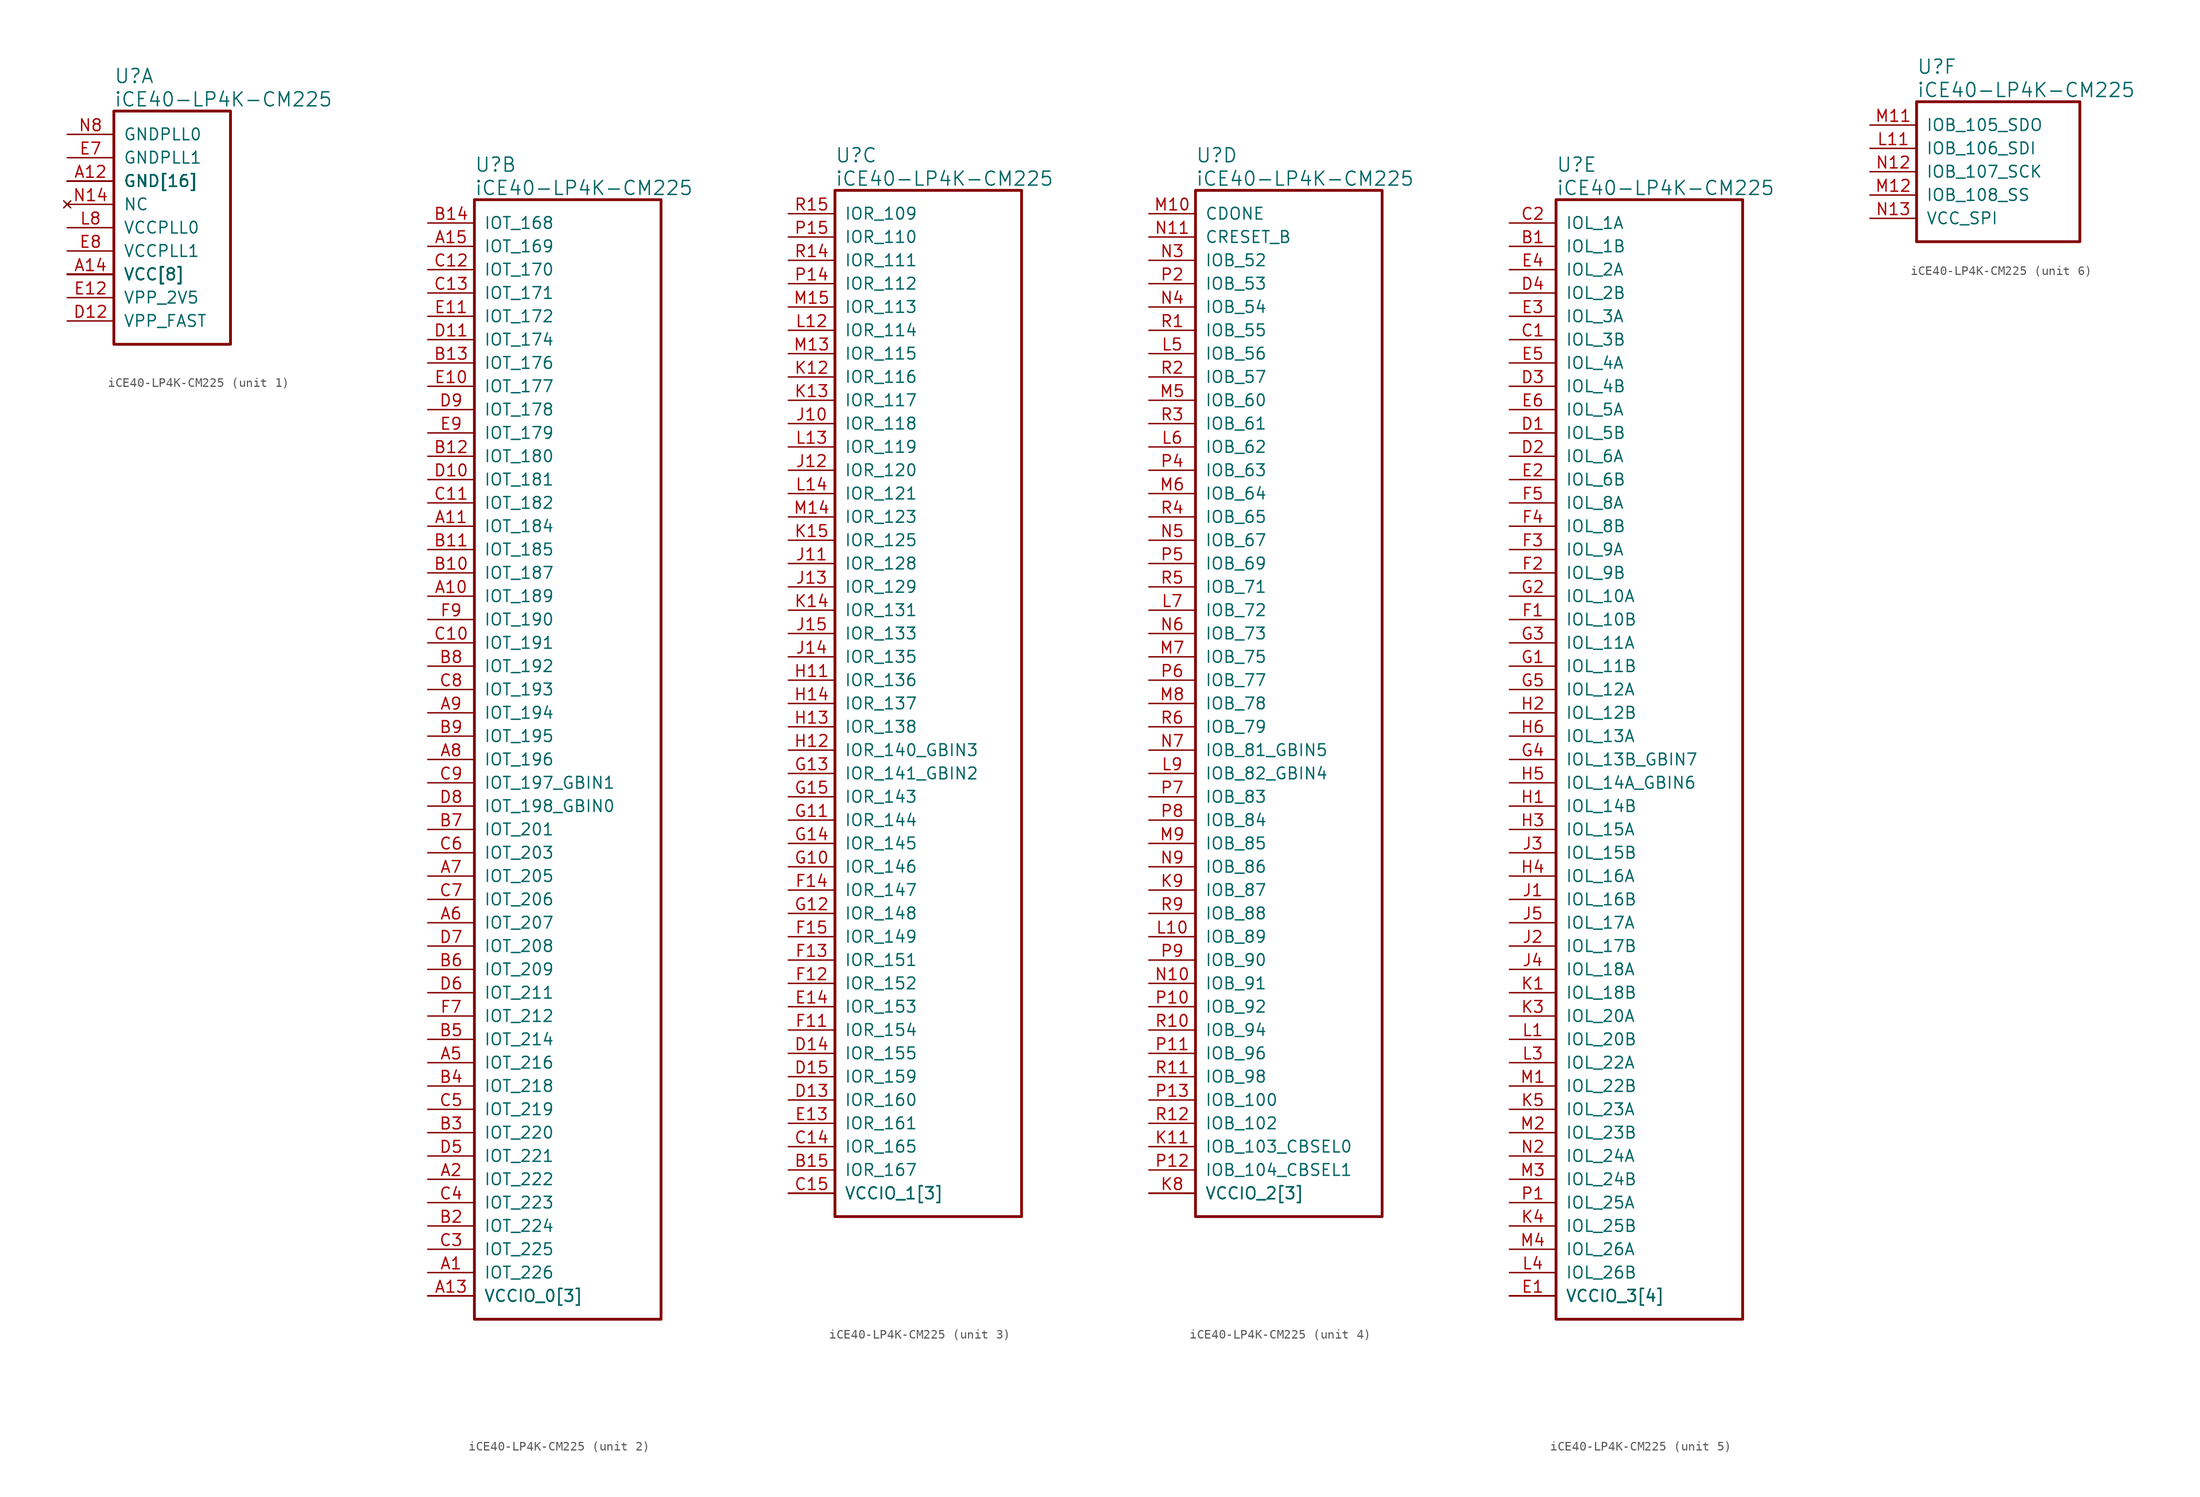
<source format=kicad_sym>
(kicad_symbol_lib
  (version 20241209)
  (generator "kicad_symbol_editor")
  (generator_version "9.0")
  (symbol "iCE40-LP4K-CM225"
    (pin_names
      (offset 1.016))
    (property "Reference" "U"
      (at 5.08 6.35 0)
      (effects (font (size 1.524 1.524)) (justify left)))
    (property "Value" "iCE40-LP4K-CM225"
      (at 5.08 3.81 0)
      (effects (font (size 1.524 1.524)) (justify left)))
    (property "ki_locked" ""
      (at 0 0 0)
      (effects (font (size 1.27 1.27))))
    (symbol "iCE40-LP4K-CM225_1_1"
      (rectangle (start 5.08 2.54) (end 17.78 -22.86) (stroke (width 0.305) (type solid)) (fill (type none)))
      (pin power_in line (at 0 0 0) (length 5.08) (name "GNDPLL0" (effects (font (size 1.27 1.27)))) (number "N8" (effects (font (size 1.27 1.27)))))
      (pin power_in line (at 0 -2.54 0) (length 5.08) (name "GNDPLL1" (effects (font (size 1.27 1.27)))) (number "E7" (effects (font (size 1.27 1.27)))))
      (pin power_in line (at 0 -5.08 0) (length 5.08) (name "GND[16]" (effects (font (size 1.27 1.27)))) (number "A12" (effects (font (size 1.27 1.27)))))
      (pin power_in line (at 0 -5.08 0) (length 5.08) (name "GND[16]" (effects (font (size 1.27 1.27)))) (number "A4" (effects (font (size 0 0)))))
      (pin power_in line (at 0 -5.08 0) (length 5.08) (name "GND[16]" (effects (font (size 1.27 1.27)))) (number "E15" (effects (font (size 0 0)))))
      (pin power_in line (at 0 -5.08 0) (length 5.08) (name "GND[16]" (effects (font (size 1.27 1.27)))) (number "G7" (effects (font (size 0 0)))))
      (pin power_in line (at 0 -5.08 0) (length 5.08) (name "GND[16]" (effects (font (size 1.27 1.27)))) (number "G8" (effects (font (size 0 0)))))
      (pin power_in line (at 0 -5.08 0) (length 5.08) (name "GND[16]" (effects (font (size 1.27 1.27)))) (number "G9" (effects (font (size 0 0)))))
      (pin power_in line (at 0 -5.08 0) (length 5.08) (name "GND[16]" (effects (font (size 1.27 1.27)))) (number "H7" (effects (font (size 0 0)))))
      (pin power_in line (at 0 -5.08 0) (length 5.08) (name "GND[16]" (effects (font (size 1.27 1.27)))) (number "H8" (effects (font (size 0 0)))))
      (pin power_in line (at 0 -5.08 0) (length 5.08) (name "GND[16]" (effects (font (size 1.27 1.27)))) (number "H9" (effects (font (size 0 0)))))
      (pin power_in line (at 0 -5.08 0) (length 5.08) (name "GND[16]" (effects (font (size 1.27 1.27)))) (number "J7" (effects (font (size 0 0)))))
      (pin power_in line (at 0 -5.08 0) (length 5.08) (name "GND[16]" (effects (font (size 1.27 1.27)))) (number "J8" (effects (font (size 0 0)))))
      (pin power_in line (at 0 -5.08 0) (length 5.08) (name "GND[16]" (effects (font (size 1.27 1.27)))) (number "J9" (effects (font (size 0 0)))))
      (pin power_in line (at 0 -5.08 0) (length 5.08) (name "GND[16]" (effects (font (size 1.27 1.27)))) (number "K2" (effects (font (size 0 0)))))
      (pin power_in line (at 0 -5.08 0) (length 5.08) (name "GND[16]" (effects (font (size 1.27 1.27)))) (number "K7" (effects (font (size 0 0)))))
      (pin power_in line (at 0 -5.08 0) (length 5.08) (name "GND[16]" (effects (font (size 1.27 1.27)))) (number "L15" (effects (font (size 0 0)))))
      (pin power_in line (at 0 -5.08 0) (length 5.08) (name "GND[16]" (effects (font (size 1.27 1.27)))) (number "R7" (effects (font (size 0 0)))))
      (pin no_connect line (at 0 -7.62 0) (length 5.08) (name "NC" (effects (font (size 1.27 1.27)))) (number "N14" (effects (font (size 1.27 1.27)))))
      (pin power_in line (at 0 -10.16 0) (length 5.08) (name "VCCPLL0" (effects (font (size 1.27 1.27)))) (number "L8" (effects (font (size 1.27 1.27)))))
      (pin power_in line (at 0 -12.7 0) (length 5.08) (name "VCCPLL1" (effects (font (size 1.27 1.27)))) (number "E8" (effects (font (size 1.27 1.27)))))
      (pin power_in line (at 0 -15.24 0) (length 5.08) (name "VCC[8]" (effects (font (size 1.27 1.27)))) (number "A14" (effects (font (size 1.27 1.27)))))
      (pin power_in line (at 0 -15.24 0) (length 5.08) (name "VCC[8]" (effects (font (size 1.27 1.27)))) (number "F10" (effects (font (size 0 0)))))
      (pin power_in line (at 0 -15.24 0) (length 5.08) (name "VCC[8]" (effects (font (size 1.27 1.27)))) (number "F6" (effects (font (size 0 0)))))
      (pin power_in line (at 0 -15.24 0) (length 5.08) (name "VCC[8]" (effects (font (size 1.27 1.27)))) (number "H15" (effects (font (size 0 0)))))
      (pin power_in line (at 0 -15.24 0) (length 5.08) (name "VCC[8]" (effects (font (size 1.27 1.27)))) (number "K10" (effects (font (size 0 0)))))
      (pin power_in line (at 0 -15.24 0) (length 5.08) (name "VCC[8]" (effects (font (size 1.27 1.27)))) (number "K6" (effects (font (size 0 0)))))
      (pin power_in line (at 0 -15.24 0) (length 5.08) (name "VCC[8]" (effects (font (size 1.27 1.27)))) (number "L2" (effects (font (size 0 0)))))
      (pin power_in line (at 0 -15.24 0) (length 5.08) (name "VCC[8]" (effects (font (size 1.27 1.27)))) (number "R8" (effects (font (size 0 0)))))
      (pin power_in line (at 0 -17.78 0) (length 5.08) (name "VPP_2V5" (effects (font (size 1.27 1.27)))) (number "E12" (effects (font (size 1.27 1.27)))))
      (pin power_in line (at 0 -20.32 0) (length 5.08) (name "VPP_FAST" (effects (font (size 1.27 1.27)))) (number "D12" (effects (font (size 1.27 1.27))))))
    (symbol "iCE40-LP4K-CM225_2_1"
      (rectangle (start 5.08 2.54) (end 25.4 -119.38) (stroke (width 0.305) (type solid)) (fill (type none)))
      (pin bidirectional line (at 0 0 0) (length 5.08) (name "IOT_168" (effects (font (size 1.27 1.27)))) (number "B14" (effects (font (size 1.27 1.27)))))
      (pin bidirectional line (at 0 -2.54 0) (length 5.08) (name "IOT_169" (effects (font (size 1.27 1.27)))) (number "A15" (effects (font (size 1.27 1.27)))))
      (pin bidirectional line (at 0 -5.08 0) (length 5.08) (name "IOT_170" (effects (font (size 1.27 1.27)))) (number "C12" (effects (font (size 1.27 1.27)))))
      (pin bidirectional line (at 0 -7.62 0) (length 5.08) (name "IOT_171" (effects (font (size 1.27 1.27)))) (number "C13" (effects (font (size 1.27 1.27)))))
      (pin bidirectional line (at 0 -10.16 0) (length 5.08) (name "IOT_172" (effects (font (size 1.27 1.27)))) (number "E11" (effects (font (size 1.27 1.27)))))
      (pin bidirectional line (at 0 -12.7 0) (length 5.08) (name "IOT_174" (effects (font (size 1.27 1.27)))) (number "D11" (effects (font (size 1.27 1.27)))))
      (pin bidirectional line (at 0 -15.24 0) (length 5.08) (name "IOT_176" (effects (font (size 1.27 1.27)))) (number "B13" (effects (font (size 1.27 1.27)))))
      (pin bidirectional line (at 0 -17.78 0) (length 5.08) (name "IOT_177" (effects (font (size 1.27 1.27)))) (number "E10" (effects (font (size 1.27 1.27)))))
      (pin bidirectional line (at 0 -20.32 0) (length 5.08) (name "IOT_178" (effects (font (size 1.27 1.27)))) (number "D9" (effects (font (size 1.27 1.27)))))
      (pin bidirectional line (at 0 -22.86 0) (length 5.08) (name "IOT_179" (effects (font (size 1.27 1.27)))) (number "E9" (effects (font (size 1.27 1.27)))))
      (pin bidirectional line (at 0 -25.4 0) (length 5.08) (name "IOT_180" (effects (font (size 1.27 1.27)))) (number "B12" (effects (font (size 1.27 1.27)))))
      (pin bidirectional line (at 0 -27.94 0) (length 5.08) (name "IOT_181" (effects (font (size 1.27 1.27)))) (number "D10" (effects (font (size 1.27 1.27)))))
      (pin bidirectional line (at 0 -30.48 0) (length 5.08) (name "IOT_182" (effects (font (size 1.27 1.27)))) (number "C11" (effects (font (size 1.27 1.27)))))
      (pin bidirectional line (at 0 -33.02 0) (length 5.08) (name "IOT_184" (effects (font (size 1.27 1.27)))) (number "A11" (effects (font (size 1.27 1.27)))))
      (pin bidirectional line (at 0 -35.56 0) (length 5.08) (name "IOT_185" (effects (font (size 1.27 1.27)))) (number "B11" (effects (font (size 1.27 1.27)))))
      (pin bidirectional line (at 0 -38.1 0) (length 5.08) (name "IOT_187" (effects (font (size 1.27 1.27)))) (number "B10" (effects (font (size 1.27 1.27)))))
      (pin bidirectional line (at 0 -40.64 0) (length 5.08) (name "IOT_189" (effects (font (size 1.27 1.27)))) (number "A10" (effects (font (size 1.27 1.27)))))
      (pin bidirectional line (at 0 -43.18 0) (length 5.08) (name "IOT_190" (effects (font (size 1.27 1.27)))) (number "F9" (effects (font (size 1.27 1.27)))))
      (pin bidirectional line (at 0 -45.72 0) (length 5.08) (name "IOT_191" (effects (font (size 1.27 1.27)))) (number "C10" (effects (font (size 1.27 1.27)))))
      (pin bidirectional line (at 0 -48.26 0) (length 5.08) (name "IOT_192" (effects (font (size 1.27 1.27)))) (number "B8" (effects (font (size 1.27 1.27)))))
      (pin bidirectional line (at 0 -50.8 0) (length 5.08) (name "IOT_193" (effects (font (size 1.27 1.27)))) (number "C8" (effects (font (size 1.27 1.27)))))
      (pin bidirectional line (at 0 -53.34 0) (length 5.08) (name "IOT_194" (effects (font (size 1.27 1.27)))) (number "A9" (effects (font (size 1.27 1.27)))))
      (pin bidirectional line (at 0 -55.88 0) (length 5.08) (name "IOT_195" (effects (font (size 1.27 1.27)))) (number "B9" (effects (font (size 1.27 1.27)))))
      (pin bidirectional line (at 0 -58.42 0) (length 5.08) (name "IOT_196" (effects (font (size 1.27 1.27)))) (number "A8" (effects (font (size 1.27 1.27)))))
      (pin bidirectional line (at 0 -60.96 0) (length 5.08) (name "IOT_197_GBIN1" (effects (font (size 1.27 1.27)))) (number "C9" (effects (font (size 1.27 1.27)))))
      (pin bidirectional line (at 0 -63.5 0) (length 5.08) (name "IOT_198_GBIN0" (effects (font (size 1.27 1.27)))) (number "D8" (effects (font (size 1.27 1.27)))))
      (pin bidirectional line (at 0 -66.04 0) (length 5.08) (name "IOT_201" (effects (font (size 1.27 1.27)))) (number "B7" (effects (font (size 1.27 1.27)))))
      (pin bidirectional line (at 0 -68.58 0) (length 5.08) (name "IOT_203" (effects (font (size 1.27 1.27)))) (number "C6" (effects (font (size 1.27 1.27)))))
      (pin bidirectional line (at 0 -71.12 0) (length 5.08) (name "IOT_205" (effects (font (size 1.27 1.27)))) (number "A7" (effects (font (size 1.27 1.27)))))
      (pin bidirectional line (at 0 -73.66 0) (length 5.08) (name "IOT_206" (effects (font (size 1.27 1.27)))) (number "C7" (effects (font (size 1.27 1.27)))))
      (pin bidirectional line (at 0 -76.2 0) (length 5.08) (name "IOT_207" (effects (font (size 1.27 1.27)))) (number "A6" (effects (font (size 1.27 1.27)))))
      (pin bidirectional line (at 0 -78.74 0) (length 5.08) (name "IOT_208" (effects (font (size 1.27 1.27)))) (number "D7" (effects (font (size 1.27 1.27)))))
      (pin bidirectional line (at 0 -81.28 0) (length 5.08) (name "IOT_209" (effects (font (size 1.27 1.27)))) (number "B6" (effects (font (size 1.27 1.27)))))
      (pin bidirectional line (at 0 -83.82 0) (length 5.08) (name "IOT_211" (effects (font (size 1.27 1.27)))) (number "D6" (effects (font (size 1.27 1.27)))))
      (pin bidirectional line (at 0 -86.36 0) (length 5.08) (name "IOT_212" (effects (font (size 1.27 1.27)))) (number "F7" (effects (font (size 1.27 1.27)))))
      (pin bidirectional line (at 0 -88.9 0) (length 5.08) (name "IOT_214" (effects (font (size 1.27 1.27)))) (number "B5" (effects (font (size 1.27 1.27)))))
      (pin bidirectional line (at 0 -91.44 0) (length 5.08) (name "IOT_216" (effects (font (size 1.27 1.27)))) (number "A5" (effects (font (size 1.27 1.27)))))
      (pin bidirectional line (at 0 -93.98 0) (length 5.08) (name "IOT_218" (effects (font (size 1.27 1.27)))) (number "B4" (effects (font (size 1.27 1.27)))))
      (pin bidirectional line (at 0 -96.52 0) (length 5.08) (name "IOT_219" (effects (font (size 1.27 1.27)))) (number "C5" (effects (font (size 1.27 1.27)))))
      (pin bidirectional line (at 0 -99.06 0) (length 5.08) (name "IOT_220" (effects (font (size 1.27 1.27)))) (number "B3" (effects (font (size 1.27 1.27)))))
      (pin bidirectional line (at 0 -101.6 0) (length 5.08) (name "IOT_221" (effects (font (size 1.27 1.27)))) (number "D5" (effects (font (size 1.27 1.27)))))
      (pin bidirectional line (at 0 -104.14 0) (length 5.08) (name "IOT_222" (effects (font (size 1.27 1.27)))) (number "A2" (effects (font (size 1.27 1.27)))))
      (pin bidirectional line (at 0 -106.68 0) (length 5.08) (name "IOT_223" (effects (font (size 1.27 1.27)))) (number "C4" (effects (font (size 1.27 1.27)))))
      (pin bidirectional line (at 0 -109.22 0) (length 5.08) (name "IOT_224" (effects (font (size 1.27 1.27)))) (number "B2" (effects (font (size 1.27 1.27)))))
      (pin bidirectional line (at 0 -111.76 0) (length 5.08) (name "IOT_225" (effects (font (size 1.27 1.27)))) (number "C3" (effects (font (size 1.27 1.27)))))
      (pin bidirectional line (at 0 -114.3 0) (length 5.08) (name "IOT_226" (effects (font (size 1.27 1.27)))) (number "A1" (effects (font (size 1.27 1.27)))))
      (pin power_in line (at 0 -116.84 0) (length 5.08) (name "VCCIO_0[3]" (effects (font (size 1.27 1.27)))) (number "A13" (effects (font (size 1.27 1.27)))))
      (pin power_in line (at 0 -116.84 0) (length 5.08) (name "VCCIO_0[3]" (effects (font (size 1.27 1.27)))) (number "A3" (effects (font (size 0 0)))))
      (pin power_in line (at 0 -116.84 0) (length 5.08) (name "VCCIO_0[3]" (effects (font (size 1.27 1.27)))) (number "F8" (effects (font (size 0 0))))))
    (symbol "iCE40-LP4K-CM225_3_1"
      (rectangle (start 5.08 2.54) (end 25.4 -109.22) (stroke (width 0.305) (type solid)) (fill (type none)))
      (pin bidirectional line (at 0 0 0) (length 5.08) (name "IOR_109" (effects (font (size 1.27 1.27)))) (number "R15" (effects (font (size 1.27 1.27)))))
      (pin bidirectional line (at 0 -2.54 0) (length 5.08) (name "IOR_110" (effects (font (size 1.27 1.27)))) (number "P15" (effects (font (size 1.27 1.27)))))
      (pin bidirectional line (at 0 -5.08 0) (length 5.08) (name "IOR_111" (effects (font (size 1.27 1.27)))) (number "R14" (effects (font (size 1.27 1.27)))))
      (pin bidirectional line (at 0 -7.62 0) (length 5.08) (name "IOR_112" (effects (font (size 1.27 1.27)))) (number "P14" (effects (font (size 1.27 1.27)))))
      (pin bidirectional line (at 0 -10.16 0) (length 5.08) (name "IOR_113" (effects (font (size 1.27 1.27)))) (number "M15" (effects (font (size 1.27 1.27)))))
      (pin bidirectional line (at 0 -12.7 0) (length 5.08) (name "IOR_114" (effects (font (size 1.27 1.27)))) (number "L12" (effects (font (size 1.27 1.27)))))
      (pin bidirectional line (at 0 -15.24 0) (length 5.08) (name "IOR_115" (effects (font (size 1.27 1.27)))) (number "M13" (effects (font (size 1.27 1.27)))))
      (pin bidirectional line (at 0 -17.78 0) (length 5.08) (name "IOR_116" (effects (font (size 1.27 1.27)))) (number "K12" (effects (font (size 1.27 1.27)))))
      (pin bidirectional line (at 0 -20.32 0) (length 5.08) (name "IOR_117" (effects (font (size 1.27 1.27)))) (number "K13" (effects (font (size 1.27 1.27)))))
      (pin bidirectional line (at 0 -22.86 0) (length 5.08) (name "IOR_118" (effects (font (size 1.27 1.27)))) (number "J10" (effects (font (size 1.27 1.27)))))
      (pin bidirectional line (at 0 -25.4 0) (length 5.08) (name "IOR_119" (effects (font (size 1.27 1.27)))) (number "L13" (effects (font (size 1.27 1.27)))))
      (pin bidirectional line (at 0 -27.94 0) (length 5.08) (name "IOR_120" (effects (font (size 1.27 1.27)))) (number "J12" (effects (font (size 1.27 1.27)))))
      (pin bidirectional line (at 0 -30.48 0) (length 5.08) (name "IOR_121" (effects (font (size 1.27 1.27)))) (number "L14" (effects (font (size 1.27 1.27)))))
      (pin bidirectional line (at 0 -33.02 0) (length 5.08) (name "IOR_123" (effects (font (size 1.27 1.27)))) (number "M14" (effects (font (size 1.27 1.27)))))
      (pin bidirectional line (at 0 -35.56 0) (length 5.08) (name "IOR_125" (effects (font (size 1.27 1.27)))) (number "K15" (effects (font (size 1.27 1.27)))))
      (pin bidirectional line (at 0 -38.1 0) (length 5.08) (name "IOR_128" (effects (font (size 1.27 1.27)))) (number "J11" (effects (font (size 1.27 1.27)))))
      (pin bidirectional line (at 0 -40.64 0) (length 5.08) (name "IOR_129" (effects (font (size 1.27 1.27)))) (number "J13" (effects (font (size 1.27 1.27)))))
      (pin bidirectional line (at 0 -43.18 0) (length 5.08) (name "IOR_131" (effects (font (size 1.27 1.27)))) (number "K14" (effects (font (size 1.27 1.27)))))
      (pin bidirectional line (at 0 -45.72 0) (length 5.08) (name "IOR_133" (effects (font (size 1.27 1.27)))) (number "J15" (effects (font (size 1.27 1.27)))))
      (pin bidirectional line (at 0 -48.26 0) (length 5.08) (name "IOR_135" (effects (font (size 1.27 1.27)))) (number "J14" (effects (font (size 1.27 1.27)))))
      (pin bidirectional line (at 0 -50.8 0) (length 5.08) (name "IOR_136" (effects (font (size 1.27 1.27)))) (number "H11" (effects (font (size 1.27 1.27)))))
      (pin bidirectional line (at 0 -53.34 0) (length 5.08) (name "IOR_137" (effects (font (size 1.27 1.27)))) (number "H14" (effects (font (size 1.27 1.27)))))
      (pin bidirectional line (at 0 -55.88 0) (length 5.08) (name "IOR_138" (effects (font (size 1.27 1.27)))) (number "H13" (effects (font (size 1.27 1.27)))))
      (pin bidirectional line (at 0 -58.42 0) (length 5.08) (name "IOR_140_GBIN3" (effects (font (size 1.27 1.27)))) (number "H12" (effects (font (size 1.27 1.27)))))
      (pin bidirectional line (at 0 -60.96 0) (length 5.08) (name "IOR_141_GBIN2" (effects (font (size 1.27 1.27)))) (number "G13" (effects (font (size 1.27 1.27)))))
      (pin bidirectional line (at 0 -63.5 0) (length 5.08) (name "IOR_143" (effects (font (size 1.27 1.27)))) (number "G15" (effects (font (size 1.27 1.27)))))
      (pin bidirectional line (at 0 -66.04 0) (length 5.08) (name "IOR_144" (effects (font (size 1.27 1.27)))) (number "G11" (effects (font (size 1.27 1.27)))))
      (pin bidirectional line (at 0 -68.58 0) (length 5.08) (name "IOR_145" (effects (font (size 1.27 1.27)))) (number "G14" (effects (font (size 1.27 1.27)))))
      (pin bidirectional line (at 0 -71.12 0) (length 5.08) (name "IOR_146" (effects (font (size 1.27 1.27)))) (number "G10" (effects (font (size 1.27 1.27)))))
      (pin bidirectional line (at 0 -73.66 0) (length 5.08) (name "IOR_147" (effects (font (size 1.27 1.27)))) (number "F14" (effects (font (size 1.27 1.27)))))
      (pin bidirectional line (at 0 -76.2 0) (length 5.08) (name "IOR_148" (effects (font (size 1.27 1.27)))) (number "G12" (effects (font (size 1.27 1.27)))))
      (pin bidirectional line (at 0 -78.74 0) (length 5.08) (name "IOR_149" (effects (font (size 1.27 1.27)))) (number "F15" (effects (font (size 1.27 1.27)))))
      (pin bidirectional line (at 0 -81.28 0) (length 5.08) (name "IOR_151" (effects (font (size 1.27 1.27)))) (number "F13" (effects (font (size 1.27 1.27)))))
      (pin bidirectional line (at 0 -83.82 0) (length 5.08) (name "IOR_152" (effects (font (size 1.27 1.27)))) (number "F12" (effects (font (size 1.27 1.27)))))
      (pin bidirectional line (at 0 -86.36 0) (length 5.08) (name "IOR_153" (effects (font (size 1.27 1.27)))) (number "E14" (effects (font (size 1.27 1.27)))))
      (pin bidirectional line (at 0 -88.9 0) (length 5.08) (name "IOR_154" (effects (font (size 1.27 1.27)))) (number "F11" (effects (font (size 1.27 1.27)))))
      (pin bidirectional line (at 0 -91.44 0) (length 5.08) (name "IOR_155" (effects (font (size 1.27 1.27)))) (number "D14" (effects (font (size 1.27 1.27)))))
      (pin bidirectional line (at 0 -93.98 0) (length 5.08) (name "IOR_159" (effects (font (size 1.27 1.27)))) (number "D15" (effects (font (size 1.27 1.27)))))
      (pin bidirectional line (at 0 -96.52 0) (length 5.08) (name "IOR_160" (effects (font (size 1.27 1.27)))) (number "D13" (effects (font (size 1.27 1.27)))))
      (pin bidirectional line (at 0 -99.06 0) (length 5.08) (name "IOR_161" (effects (font (size 1.27 1.27)))) (number "E13" (effects (font (size 1.27 1.27)))))
      (pin bidirectional line (at 0 -101.6 0) (length 5.08) (name "IOR_165" (effects (font (size 1.27 1.27)))) (number "C14" (effects (font (size 1.27 1.27)))))
      (pin bidirectional line (at 0 -104.14 0) (length 5.08) (name "IOR_167" (effects (font (size 1.27 1.27)))) (number "B15" (effects (font (size 1.27 1.27)))))
      (pin power_in line (at 0 -106.68 0) (length 5.08) (name "VCCIO_1[3]" (effects (font (size 1.27 1.27)))) (number "C15" (effects (font (size 1.27 1.27)))))
      (pin power_in line (at 0 -106.68 0) (length 5.08) (name "VCCIO_1[3]" (effects (font (size 1.27 1.27)))) (number "H10" (effects (font (size 0 0)))))
      (pin power_in line (at 0 -106.68 0) (length 5.08) (name "VCCIO_1[3]" (effects (font (size 1.27 1.27)))) (number "N15" (effects (font (size 0 0))))))
    (symbol "iCE40-LP4K-CM225_4_1"
      (rectangle (start 5.08 2.54) (end 25.4 -109.22) (stroke (width 0.305) (type solid)) (fill (type none)))
      (pin output line (at 0 0 0) (length 5.08) (name "CDONE" (effects (font (size 1.27 1.27)))) (number "M10" (effects (font (size 1.27 1.27)))))
      (pin input line (at 0 -2.54 0) (length 5.08) (name "CRESET_B" (effects (font (size 1.27 1.27)))) (number "N11" (effects (font (size 1.27 1.27)))))
      (pin bidirectional line (at 0 -5.08 0) (length 5.08) (name "IOB_52" (effects (font (size 1.27 1.27)))) (number "N3" (effects (font (size 1.27 1.27)))))
      (pin bidirectional line (at 0 -7.62 0) (length 5.08) (name "IOB_53" (effects (font (size 1.27 1.27)))) (number "P2" (effects (font (size 1.27 1.27)))))
      (pin bidirectional line (at 0 -10.16 0) (length 5.08) (name "IOB_54" (effects (font (size 1.27 1.27)))) (number "N4" (effects (font (size 1.27 1.27)))))
      (pin bidirectional line (at 0 -12.7 0) (length 5.08) (name "IOB_55" (effects (font (size 1.27 1.27)))) (number "R1" (effects (font (size 1.27 1.27)))))
      (pin bidirectional line (at 0 -15.24 0) (length 5.08) (name "IOB_56" (effects (font (size 1.27 1.27)))) (number "L5" (effects (font (size 1.27 1.27)))))
      (pin bidirectional line (at 0 -17.78 0) (length 5.08) (name "IOB_57" (effects (font (size 1.27 1.27)))) (number "R2" (effects (font (size 1.27 1.27)))))
      (pin bidirectional line (at 0 -20.32 0) (length 5.08) (name "IOB_60" (effects (font (size 1.27 1.27)))) (number "M5" (effects (font (size 1.27 1.27)))))
      (pin bidirectional line (at 0 -22.86 0) (length 5.08) (name "IOB_61" (effects (font (size 1.27 1.27)))) (number "R3" (effects (font (size 1.27 1.27)))))
      (pin bidirectional line (at 0 -25.4 0) (length 5.08) (name "IOB_62" (effects (font (size 1.27 1.27)))) (number "L6" (effects (font (size 1.27 1.27)))))
      (pin bidirectional line (at 0 -27.94 0) (length 5.08) (name "IOB_63" (effects (font (size 1.27 1.27)))) (number "P4" (effects (font (size 1.27 1.27)))))
      (pin bidirectional line (at 0 -30.48 0) (length 5.08) (name "IOB_64" (effects (font (size 1.27 1.27)))) (number "M6" (effects (font (size 1.27 1.27)))))
      (pin bidirectional line (at 0 -33.02 0) (length 5.08) (name "IOB_65" (effects (font (size 1.27 1.27)))) (number "R4" (effects (font (size 1.27 1.27)))))
      (pin bidirectional line (at 0 -35.56 0) (length 5.08) (name "IOB_67" (effects (font (size 1.27 1.27)))) (number "N5" (effects (font (size 1.27 1.27)))))
      (pin bidirectional line (at 0 -38.1 0) (length 5.08) (name "IOB_69" (effects (font (size 1.27 1.27)))) (number "P5" (effects (font (size 1.27 1.27)))))
      (pin bidirectional line (at 0 -40.64 0) (length 5.08) (name "IOB_71" (effects (font (size 1.27 1.27)))) (number "R5" (effects (font (size 1.27 1.27)))))
      (pin bidirectional line (at 0 -43.18 0) (length 5.08) (name "IOB_72" (effects (font (size 1.27 1.27)))) (number "L7" (effects (font (size 1.27 1.27)))))
      (pin bidirectional line (at 0 -45.72 0) (length 5.08) (name "IOB_73" (effects (font (size 1.27 1.27)))) (number "N6" (effects (font (size 1.27 1.27)))))
      (pin bidirectional line (at 0 -48.26 0) (length 5.08) (name "IOB_75" (effects (font (size 1.27 1.27)))) (number "M7" (effects (font (size 1.27 1.27)))))
      (pin bidirectional line (at 0 -50.8 0) (length 5.08) (name "IOB_77" (effects (font (size 1.27 1.27)))) (number "P6" (effects (font (size 1.27 1.27)))))
      (pin bidirectional line (at 0 -53.34 0) (length 5.08) (name "IOB_78" (effects (font (size 1.27 1.27)))) (number "M8" (effects (font (size 1.27 1.27)))))
      (pin bidirectional line (at 0 -55.88 0) (length 5.08) (name "IOB_79" (effects (font (size 1.27 1.27)))) (number "R6" (effects (font (size 1.27 1.27)))))
      (pin bidirectional line (at 0 -58.42 0) (length 5.08) (name "IOB_81_GBIN5" (effects (font (size 1.27 1.27)))) (number "N7" (effects (font (size 1.27 1.27)))))
      (pin bidirectional line (at 0 -60.96 0) (length 5.08) (name "IOB_82_GBIN4" (effects (font (size 1.27 1.27)))) (number "L9" (effects (font (size 1.27 1.27)))))
      (pin bidirectional line (at 0 -63.5 0) (length 5.08) (name "IOB_83" (effects (font (size 1.27 1.27)))) (number "P7" (effects (font (size 1.27 1.27)))))
      (pin bidirectional line (at 0 -66.04 0) (length 5.08) (name "IOB_84" (effects (font (size 1.27 1.27)))) (number "P8" (effects (font (size 1.27 1.27)))))
      (pin bidirectional line (at 0 -68.58 0) (length 5.08) (name "IOB_85" (effects (font (size 1.27 1.27)))) (number "M9" (effects (font (size 1.27 1.27)))))
      (pin bidirectional line (at 0 -71.12 0) (length 5.08) (name "IOB_86" (effects (font (size 1.27 1.27)))) (number "N9" (effects (font (size 1.27 1.27)))))
      (pin bidirectional line (at 0 -73.66 0) (length 5.08) (name "IOB_87" (effects (font (size 1.27 1.27)))) (number "K9" (effects (font (size 1.27 1.27)))))
      (pin bidirectional line (at 0 -76.2 0) (length 5.08) (name "IOB_88" (effects (font (size 1.27 1.27)))) (number "R9" (effects (font (size 1.27 1.27)))))
      (pin bidirectional line (at 0 -78.74 0) (length 5.08) (name "IOB_89" (effects (font (size 1.27 1.27)))) (number "L10" (effects (font (size 1.27 1.27)))))
      (pin bidirectional line (at 0 -81.28 0) (length 5.08) (name "IOB_90" (effects (font (size 1.27 1.27)))) (number "P9" (effects (font (size 1.27 1.27)))))
      (pin bidirectional line (at 0 -83.82 0) (length 5.08) (name "IOB_91" (effects (font (size 1.27 1.27)))) (number "N10" (effects (font (size 1.27 1.27)))))
      (pin bidirectional line (at 0 -86.36 0) (length 5.08) (name "IOB_92" (effects (font (size 1.27 1.27)))) (number "P10" (effects (font (size 1.27 1.27)))))
      (pin bidirectional line (at 0 -88.9 0) (length 5.08) (name "IOB_94" (effects (font (size 1.27 1.27)))) (number "R10" (effects (font (size 1.27 1.27)))))
      (pin bidirectional line (at 0 -91.44 0) (length 5.08) (name "IOB_96" (effects (font (size 1.27 1.27)))) (number "P11" (effects (font (size 1.27 1.27)))))
      (pin bidirectional line (at 0 -93.98 0) (length 5.08) (name "IOB_98" (effects (font (size 1.27 1.27)))) (number "R11" (effects (font (size 1.27 1.27)))))
      (pin bidirectional line (at 0 -96.52 0) (length 5.08) (name "IOB_100" (effects (font (size 1.27 1.27)))) (number "P13" (effects (font (size 1.27 1.27)))))
      (pin bidirectional line (at 0 -99.06 0) (length 5.08) (name "IOB_102" (effects (font (size 1.27 1.27)))) (number "R12" (effects (font (size 1.27 1.27)))))
      (pin bidirectional line (at 0 -101.6 0) (length 5.08) (name "IOB_103_CBSEL0" (effects (font (size 1.27 1.27)))) (number "K11" (effects (font (size 1.27 1.27)))))
      (pin bidirectional line (at 0 -104.14 0) (length 5.08) (name "IOB_104_CBSEL1" (effects (font (size 1.27 1.27)))) (number "P12" (effects (font (size 1.27 1.27)))))
      (pin power_in line (at 0 -106.68 0) (length 5.08) (name "VCCIO_2[3]" (effects (font (size 1.27 1.27)))) (number "K8" (effects (font (size 1.27 1.27)))))
      (pin power_in line (at 0 -106.68 0) (length 5.08) (name "VCCIO_2[3]" (effects (font (size 1.27 1.27)))) (number "P3" (effects (font (size 0 0)))))
      (pin power_in line (at 0 -106.68 0) (length 5.08) (name "VCCIO_2[3]" (effects (font (size 1.27 1.27)))) (number "R13" (effects (font (size 0 0))))))
    (symbol "iCE40-LP4K-CM225_5_1"
      (rectangle (start 5.08 2.54) (end 25.4 -119.38) (stroke (width 0.305) (type solid)) (fill (type none)))
      (pin bidirectional line (at 0 0 0) (length 5.08) (name "IOL_1A" (effects (font (size 1.27 1.27)))) (number "C2" (effects (font (size 1.27 1.27)))))
      (pin bidirectional line (at 0 -2.54 0) (length 5.08) (name "IOL_1B" (effects (font (size 1.27 1.27)))) (number "B1" (effects (font (size 1.27 1.27)))))
      (pin bidirectional line (at 0 -5.08 0) (length 5.08) (name "IOL_2A" (effects (font (size 1.27 1.27)))) (number "E4" (effects (font (size 1.27 1.27)))))
      (pin bidirectional line (at 0 -7.62 0) (length 5.08) (name "IOL_2B" (effects (font (size 1.27 1.27)))) (number "D4" (effects (font (size 1.27 1.27)))))
      (pin bidirectional line (at 0 -10.16 0) (length 5.08) (name "IOL_3A" (effects (font (size 1.27 1.27)))) (number "E3" (effects (font (size 1.27 1.27)))))
      (pin bidirectional line (at 0 -12.7 0) (length 5.08) (name "IOL_3B" (effects (font (size 1.27 1.27)))) (number "C1" (effects (font (size 1.27 1.27)))))
      (pin bidirectional line (at 0 -15.24 0) (length 5.08) (name "IOL_4A" (effects (font (size 1.27 1.27)))) (number "E5" (effects (font (size 1.27 1.27)))))
      (pin bidirectional line (at 0 -17.78 0) (length 5.08) (name "IOL_4B" (effects (font (size 1.27 1.27)))) (number "D3" (effects (font (size 1.27 1.27)))))
      (pin bidirectional line (at 0 -20.32 0) (length 5.08) (name "IOL_5A" (effects (font (size 1.27 1.27)))) (number "E6" (effects (font (size 1.27 1.27)))))
      (pin bidirectional line (at 0 -22.86 0) (length 5.08) (name "IOL_5B" (effects (font (size 1.27 1.27)))) (number "D1" (effects (font (size 1.27 1.27)))))
      (pin bidirectional line (at 0 -25.4 0) (length 5.08) (name "IOL_6A" (effects (font (size 1.27 1.27)))) (number "D2" (effects (font (size 1.27 1.27)))))
      (pin bidirectional line (at 0 -27.94 0) (length 5.08) (name "IOL_6B" (effects (font (size 1.27 1.27)))) (number "E2" (effects (font (size 1.27 1.27)))))
      (pin bidirectional line (at 0 -30.48 0) (length 5.08) (name "IOL_8A" (effects (font (size 1.27 1.27)))) (number "F5" (effects (font (size 1.27 1.27)))))
      (pin bidirectional line (at 0 -33.02 0) (length 5.08) (name "IOL_8B" (effects (font (size 1.27 1.27)))) (number "F4" (effects (font (size 1.27 1.27)))))
      (pin bidirectional line (at 0 -35.56 0) (length 5.08) (name "IOL_9A" (effects (font (size 1.27 1.27)))) (number "F3" (effects (font (size 1.27 1.27)))))
      (pin bidirectional line (at 0 -38.1 0) (length 5.08) (name "IOL_9B" (effects (font (size 1.27 1.27)))) (number "F2" (effects (font (size 1.27 1.27)))))
      (pin bidirectional line (at 0 -40.64 0) (length 5.08) (name "IOL_10A" (effects (font (size 1.27 1.27)))) (number "G2" (effects (font (size 1.27 1.27)))))
      (pin bidirectional line (at 0 -43.18 0) (length 5.08) (name "IOL_10B" (effects (font (size 1.27 1.27)))) (number "F1" (effects (font (size 1.27 1.27)))))
      (pin bidirectional line (at 0 -45.72 0) (length 5.08) (name "IOL_11A" (effects (font (size 1.27 1.27)))) (number "G3" (effects (font (size 1.27 1.27)))))
      (pin bidirectional line (at 0 -48.26 0) (length 5.08) (name "IOL_11B" (effects (font (size 1.27 1.27)))) (number "G1" (effects (font (size 1.27 1.27)))))
      (pin bidirectional line (at 0 -50.8 0) (length 5.08) (name "IOL_12A" (effects (font (size 1.27 1.27)))) (number "G5" (effects (font (size 1.27 1.27)))))
      (pin bidirectional line (at 0 -53.34 0) (length 5.08) (name "IOL_12B" (effects (font (size 1.27 1.27)))) (number "H2" (effects (font (size 1.27 1.27)))))
      (pin bidirectional line (at 0 -55.88 0) (length 5.08) (name "IOL_13A" (effects (font (size 1.27 1.27)))) (number "H6" (effects (font (size 1.27 1.27)))))
      (pin bidirectional line (at 0 -58.42 0) (length 5.08) (name "IOL_13B_GBIN7" (effects (font (size 1.27 1.27)))) (number "G4" (effects (font (size 1.27 1.27)))))
      (pin bidirectional line (at 0 -60.96 0) (length 5.08) (name "IOL_14A_GBIN6" (effects (font (size 1.27 1.27)))) (number "H5" (effects (font (size 1.27 1.27)))))
      (pin bidirectional line (at 0 -63.5 0) (length 5.08) (name "IOL_14B" (effects (font (size 1.27 1.27)))) (number "H1" (effects (font (size 1.27 1.27)))))
      (pin bidirectional line (at 0 -66.04 0) (length 5.08) (name "IOL_15A" (effects (font (size 1.27 1.27)))) (number "H3" (effects (font (size 1.27 1.27)))))
      (pin bidirectional line (at 0 -68.58 0) (length 5.08) (name "IOL_15B" (effects (font (size 1.27 1.27)))) (number "J3" (effects (font (size 1.27 1.27)))))
      (pin bidirectional line (at 0 -71.12 0) (length 5.08) (name "IOL_16A" (effects (font (size 1.27 1.27)))) (number "H4" (effects (font (size 1.27 1.27)))))
      (pin bidirectional line (at 0 -73.66 0) (length 5.08) (name "IOL_16B" (effects (font (size 1.27 1.27)))) (number "J1" (effects (font (size 1.27 1.27)))))
      (pin bidirectional line (at 0 -76.2 0) (length 5.08) (name "IOL_17A" (effects (font (size 1.27 1.27)))) (number "J5" (effects (font (size 1.27 1.27)))))
      (pin bidirectional line (at 0 -78.74 0) (length 5.08) (name "IOL_17B" (effects (font (size 1.27 1.27)))) (number "J2" (effects (font (size 1.27 1.27)))))
      (pin bidirectional line (at 0 -81.28 0) (length 5.08) (name "IOL_18A" (effects (font (size 1.27 1.27)))) (number "J4" (effects (font (size 1.27 1.27)))))
      (pin bidirectional line (at 0 -83.82 0) (length 5.08) (name "IOL_18B" (effects (font (size 1.27 1.27)))) (number "K1" (effects (font (size 1.27 1.27)))))
      (pin bidirectional line (at 0 -86.36 0) (length 5.08) (name "IOL_20A" (effects (font (size 1.27 1.27)))) (number "K3" (effects (font (size 1.27 1.27)))))
      (pin bidirectional line (at 0 -88.9 0) (length 5.08) (name "IOL_20B" (effects (font (size 1.27 1.27)))) (number "L1" (effects (font (size 1.27 1.27)))))
      (pin bidirectional line (at 0 -91.44 0) (length 5.08) (name "IOL_22A" (effects (font (size 1.27 1.27)))) (number "L3" (effects (font (size 1.27 1.27)))))
      (pin bidirectional line (at 0 -93.98 0) (length 5.08) (name "IOL_22B" (effects (font (size 1.27 1.27)))) (number "M1" (effects (font (size 1.27 1.27)))))
      (pin bidirectional line (at 0 -96.52 0) (length 5.08) (name "IOL_23A" (effects (font (size 1.27 1.27)))) (number "K5" (effects (font (size 1.27 1.27)))))
      (pin bidirectional line (at 0 -99.06 0) (length 5.08) (name "IOL_23B" (effects (font (size 1.27 1.27)))) (number "M2" (effects (font (size 1.27 1.27)))))
      (pin bidirectional line (at 0 -101.6 0) (length 5.08) (name "IOL_24A" (effects (font (size 1.27 1.27)))) (number "N2" (effects (font (size 1.27 1.27)))))
      (pin bidirectional line (at 0 -104.14 0) (length 5.08) (name "IOL_24B" (effects (font (size 1.27 1.27)))) (number "M3" (effects (font (size 1.27 1.27)))))
      (pin bidirectional line (at 0 -106.68 0) (length 5.08) (name "IOL_25A" (effects (font (size 1.27 1.27)))) (number "P1" (effects (font (size 1.27 1.27)))))
      (pin bidirectional line (at 0 -109.22 0) (length 5.08) (name "IOL_25B" (effects (font (size 1.27 1.27)))) (number "K4" (effects (font (size 1.27 1.27)))))
      (pin bidirectional line (at 0 -111.76 0) (length 5.08) (name "IOL_26A" (effects (font (size 1.27 1.27)))) (number "M4" (effects (font (size 1.27 1.27)))))
      (pin bidirectional line (at 0 -114.3 0) (length 5.08) (name "IOL_26B" (effects (font (size 1.27 1.27)))) (number "L4" (effects (font (size 1.27 1.27)))))
      (pin power_in line (at 0 -116.84 0) (length 5.08) (name "VCCIO_3[4]" (effects (font (size 1.27 1.27)))) (number "E1" (effects (font (size 1.27 1.27)))))
      (pin power_in line (at 0 -116.84 0) (length 5.08) (name "VCCIO_3[4]" (effects (font (size 1.27 1.27)))) (number "G6" (effects (font (size 0 0)))))
      (pin power_in line (at 0 -116.84 0) (length 5.08) (name "VCCIO_3[4]" (effects (font (size 1.27 1.27)))) (number "J6" (effects (font (size 0 0)))))
      (pin power_in line (at 0 -116.84 0) (length 5.08) (name "VCCIO_3[4]" (effects (font (size 1.27 1.27)))) (number "N1" (effects (font (size 0 0))))))
    (symbol "iCE40-LP4K-CM225_6_1"
      (rectangle (start 5.08 2.54) (end 22.86 -12.7) (stroke (width 0.305) (type solid)) (fill (type none)))
      (pin bidirectional line (at 0 0 0) (length 5.08) (name "IOB_105_SDO" (effects (font (size 1.27 1.27)))) (number "M11" (effects (font (size 1.27 1.27)))))
      (pin bidirectional line (at 0 -2.54 0) (length 5.08) (name "IOB_106_SDI" (effects (font (size 1.27 1.27)))) (number "L11" (effects (font (size 1.27 1.27)))))
      (pin bidirectional line (at 0 -5.08 0) (length 5.08) (name "IOB_107_SCK" (effects (font (size 1.27 1.27)))) (number "N12" (effects (font (size 1.27 1.27)))))
      (pin bidirectional line (at 0 -7.62 0) (length 5.08) (name "IOB_108_SS" (effects (font (size 1.27 1.27)))) (number "M12" (effects (font (size 1.27 1.27)))))
      (pin power_in line (at 0 -10.16 0) (length 5.08) (name "VCC_SPI" (effects (font (size 1.27 1.27)))) (number "N13" (effects (font (size 1.27 1.27))))))))
</source>
